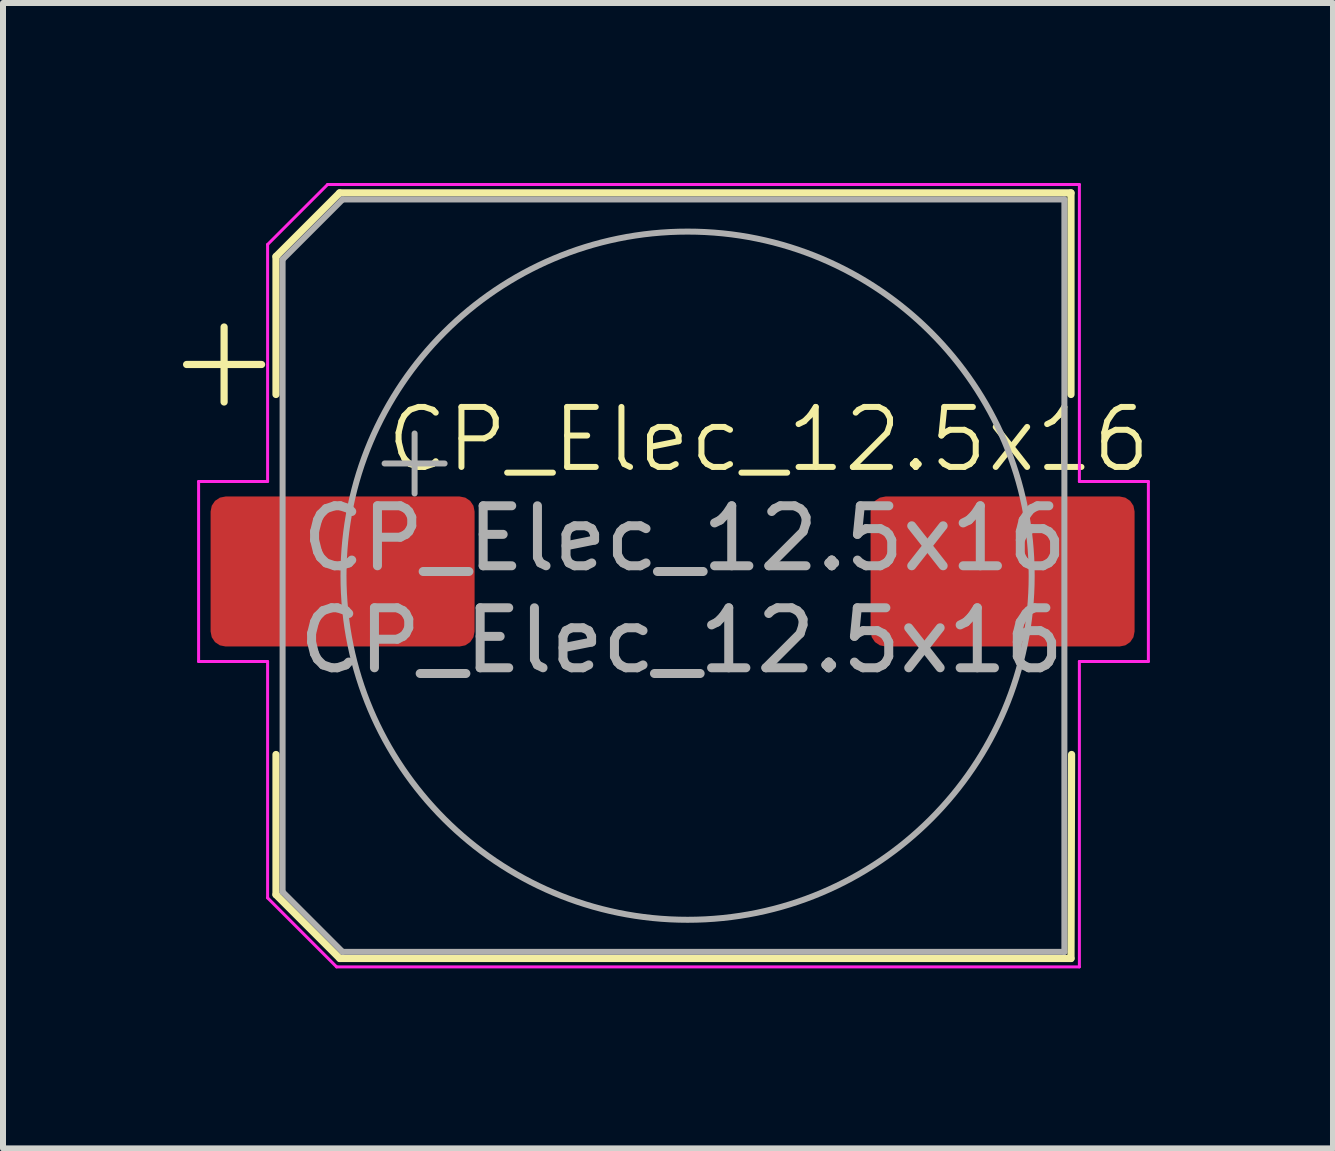
<source format=kicad_pcb>
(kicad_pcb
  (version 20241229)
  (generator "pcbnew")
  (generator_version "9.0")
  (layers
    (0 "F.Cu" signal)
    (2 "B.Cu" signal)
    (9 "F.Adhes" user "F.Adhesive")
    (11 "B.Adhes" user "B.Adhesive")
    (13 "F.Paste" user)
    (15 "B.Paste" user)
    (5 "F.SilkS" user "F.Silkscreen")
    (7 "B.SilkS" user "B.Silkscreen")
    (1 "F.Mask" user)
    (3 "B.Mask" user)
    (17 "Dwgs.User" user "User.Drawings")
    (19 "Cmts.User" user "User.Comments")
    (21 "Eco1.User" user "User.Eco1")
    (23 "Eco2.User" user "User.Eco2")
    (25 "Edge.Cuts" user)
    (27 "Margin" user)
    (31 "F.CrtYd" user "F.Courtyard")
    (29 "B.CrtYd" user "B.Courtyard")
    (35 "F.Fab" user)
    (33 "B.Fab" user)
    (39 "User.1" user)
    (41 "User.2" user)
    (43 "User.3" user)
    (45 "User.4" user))
  (footprint "CP_Elec_12.5x16"
    (layer "F.Cu")
    (at 10.41 6.525)
    (property "Reference" "CP_Elec_12.5x16" (at -0.65 -2.25 0) (unlocked yes) (layer "F.SilkS") (effects (font (size 1 1) (thickness 0.1))))
    (attr smd)
    (fp_line (start -10.35 -3.5) (end -9.1 -3.5) (stroke (width 0.12) (type solid)) (layer "F.SilkS"))
    (fp_line (start -9.725 -4.125) (end -9.725 -2.875) (stroke (width 0.12) (type solid)) (layer "F.SilkS"))
    (fp_line (start -8.86 -5.3) (end -8.86 -3) (stroke (width 0.12) (type solid)) (layer "F.SilkS"))
    (fp_line (start -8.86 -5.3) (end -7.8 -6.36) (stroke (width 0.12) (type solid)) (layer "F.SilkS"))
    (fp_line (start -8.86 5.336) (end -8.86 3) (stroke (width 0.12) (type solid)) (layer "F.SilkS"))
    (fp_line (start -8.86 5.336) (end -7.796 6.4) (stroke (width 0.12) (type solid)) (layer "F.SilkS"))
    (fp_line (start -7.8 -6.36) (end 4.39 -6.36) (stroke (width 0.12) (type solid)) (layer "F.SilkS"))
    (fp_line (start -7.796 6.4) (end 4.39 6.4) (stroke (width 0.12) (type solid)) (layer "F.SilkS"))
    (fp_line (start 4.39 -6.36) (end 4.39 -3) (stroke (width 0.12) (type solid)) (layer "F.SilkS"))
    (fp_line (start 4.39 6.4) (end 4.4 3) (stroke (width 0.12) (type solid)) (layer "F.SilkS"))
    (fp_line (start -10.15 -1.55) (end -10.15 1.45) (stroke (width 0.05) (type solid)) (layer "F.CrtYd"))
    (fp_line (start -10.15 1.45) (end -9 1.45) (stroke (width 0.05) (type solid)) (layer "F.CrtYd"))
    (fp_line (start -9 -5.5) (end -9 -1.55) (stroke (width 0.05) (type solid)) (layer "F.CrtYd"))
    (fp_line (start -9 -5.5) (end -8 -6.5) (stroke (width 0.05) (type solid)) (layer "F.CrtYd"))
    (fp_line (start -9 -1.55) (end -10.15 -1.55) (stroke (width 0.05) (type solid)) (layer "F.CrtYd"))
    (fp_line (start -9 1.45) (end -9 5.39) (stroke (width 0.05) (type solid)) (layer "F.CrtYd"))
    (fp_line (start -9 5.39) (end -7.85 6.54) (stroke (width 0.05) (type solid)) (layer "F.CrtYd"))
    (fp_line (start -8 -6.5) (end 4.53 -6.5) (stroke (width 0.05) (type solid)) (layer "F.CrtYd"))
    (fp_line (start -7.85 6.54) (end 4.53 6.54) (stroke (width 0.05) (type solid)) (layer "F.CrtYd"))
    (fp_line (start 4.53 -6.5) (end 4.53 -1.55) (stroke (width 0.05) (type solid)) (layer "F.CrtYd"))
    (fp_line (start 4.53 -1.55) (end 5.68 -1.55) (stroke (width 0.05) (type solid)) (layer "F.CrtYd"))
    (fp_line (start 4.53 1.45) (end 4.53 6.54) (stroke (width 0.05) (type solid)) (layer "F.CrtYd"))
    (fp_line (start 5.68 -1.55) (end 5.68 1.45) (stroke (width 0.05) (type solid)) (layer "F.CrtYd"))
    (fp_line (start 5.68 1.45) (end 4.53 1.45) (stroke (width 0.05) (type solid)) (layer "F.CrtYd"))
    (fp_line (start -8.75 -5.25) (end -8.75 5.29) (stroke (width 0.1) (type solid)) (layer "F.Fab"))
    (fp_line (start -8.75 -5.25) (end -7.75 -6.25) (stroke (width 0.1) (type solid)) (layer "F.Fab"))
    (fp_line (start -8.75 5.29) (end -7.75 6.29) (stroke (width 0.1) (type solid)) (layer "F.Fab"))
    (fp_line (start -7.75 -6.25) (end 4.28 -6.25) (stroke (width 0.1) (type solid)) (layer "F.Fab"))
    (fp_line (start -7.75 6.29) (end 4.28 6.29) (stroke (width 0.1) (type solid)) (layer "F.Fab"))
    (fp_line (start -7.05 -1.85) (end -6.05 -1.85) (stroke (width 0.1) (type solid)) (layer "F.Fab"))
    (fp_line (start -6.55 -2.35) (end -6.55 -1.35) (stroke (width 0.1) (type solid)) (layer "F.Fab"))
    (fp_line (start 4.28 -6.25) (end 4.28 6.29) (stroke (width 0.1) (type solid)) (layer "F.Fab"))
    (fp_circle (center -2 0.02) (end 3.735 0) (stroke (width 0.1) (type default)) (fill no) (layer "F.Fab"))
    (fp_text user "${REFERENCE}" (at -2.05 -0.6 0) (layer "F.Fab") (effects (font (size 1 1) (thickness 0.15))))
    (fp_text user "${REFERENCE}" (at -2.1 1.1 0) (unlocked yes) (layer "F.Fab") (effects (font (size 1 1) (thickness 0.15))))
    (pad "1" smd roundrect (at -7.75 -0.05) (size 4.4 2.5) (layers "F.Cu" "F.Mask" "F.Paste") (roundrect_rratio 0.1))
    (pad "2" smd roundrect (at 3.25 -0.05) (size 4.4 2.5) (layers "F.Cu" "F.Mask" "F.Paste") (roundrect_rratio 0.1)))
  (gr_rect
    (start -3 -3)
    (end 19.167 16.09)
    (stroke (width 0.1) (type default))
    (fill no)
    (layer "Edge.Cuts")))
</source>
